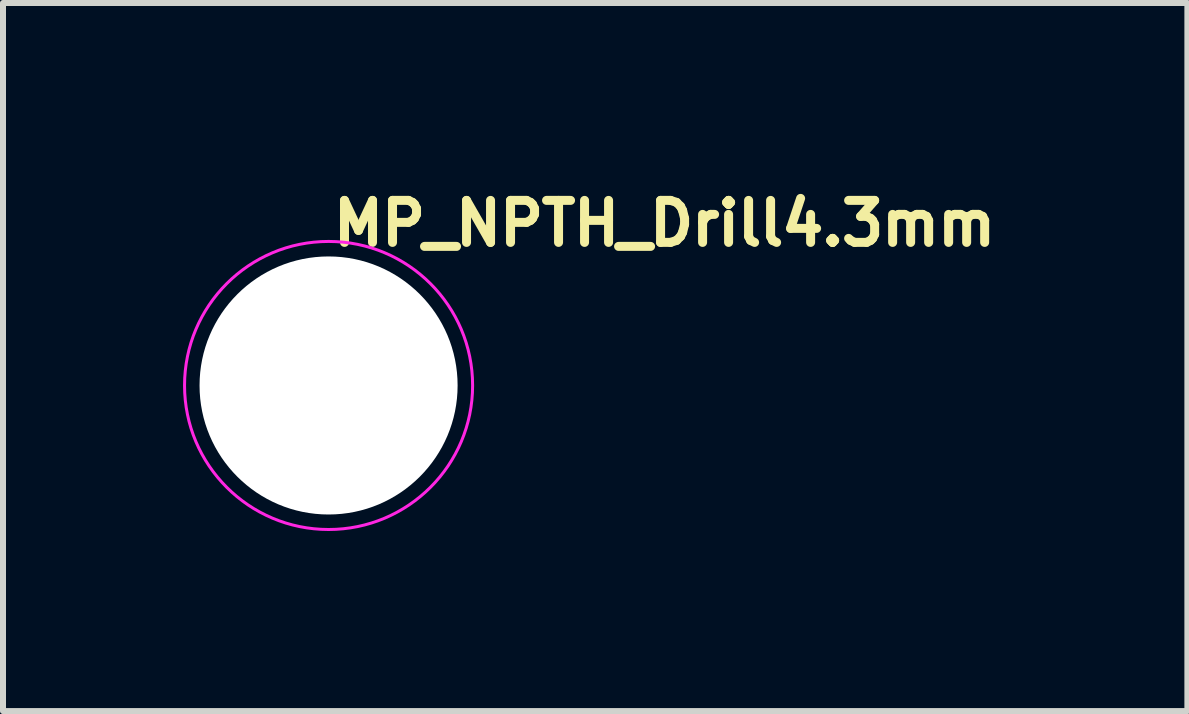
<source format=kicad_pcb>
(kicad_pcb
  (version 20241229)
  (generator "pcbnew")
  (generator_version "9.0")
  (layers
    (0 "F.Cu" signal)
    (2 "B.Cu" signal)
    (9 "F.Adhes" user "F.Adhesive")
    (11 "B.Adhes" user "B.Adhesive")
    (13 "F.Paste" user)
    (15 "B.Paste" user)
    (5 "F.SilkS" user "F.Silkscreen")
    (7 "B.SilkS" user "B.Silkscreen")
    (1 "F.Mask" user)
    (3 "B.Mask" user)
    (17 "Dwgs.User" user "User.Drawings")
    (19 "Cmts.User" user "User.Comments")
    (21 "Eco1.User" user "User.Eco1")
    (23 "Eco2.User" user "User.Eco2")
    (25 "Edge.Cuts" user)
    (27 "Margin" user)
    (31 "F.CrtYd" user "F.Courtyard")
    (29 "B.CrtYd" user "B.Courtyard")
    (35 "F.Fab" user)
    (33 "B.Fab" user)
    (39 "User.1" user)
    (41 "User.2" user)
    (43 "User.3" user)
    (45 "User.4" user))
  (footprint "MP_NPTH_Drill4.3mm"
    (layer "F.Cu")
    (at 2.425 3.373)
    (property "Reference" "MP_NPTH_Drill4.3mm" (at 0 -2.7 0) (layer "F.SilkS") (effects (font (size 0.7 0.7) (thickness 0.15)) (justify left)))
    (attr exclude_from_pos_files exclude_from_bom)
    (fp_circle (center 0 0) (end 2.4 0) (stroke (width 0.05) (type default)) (fill no) (layer "F.CrtYd"))
    (pad "" np_thru_hole circle (at 0 0) (size 4.3 4.3) (drill 4.3) (layers "*.Cu" "*.Mask")))
  (gr_rect
    (start -3 -3)
    (end 16.735 8.798)
    (stroke (width 0.1) (type default))
    (fill no)
    (layer "Edge.Cuts")))
</source>
